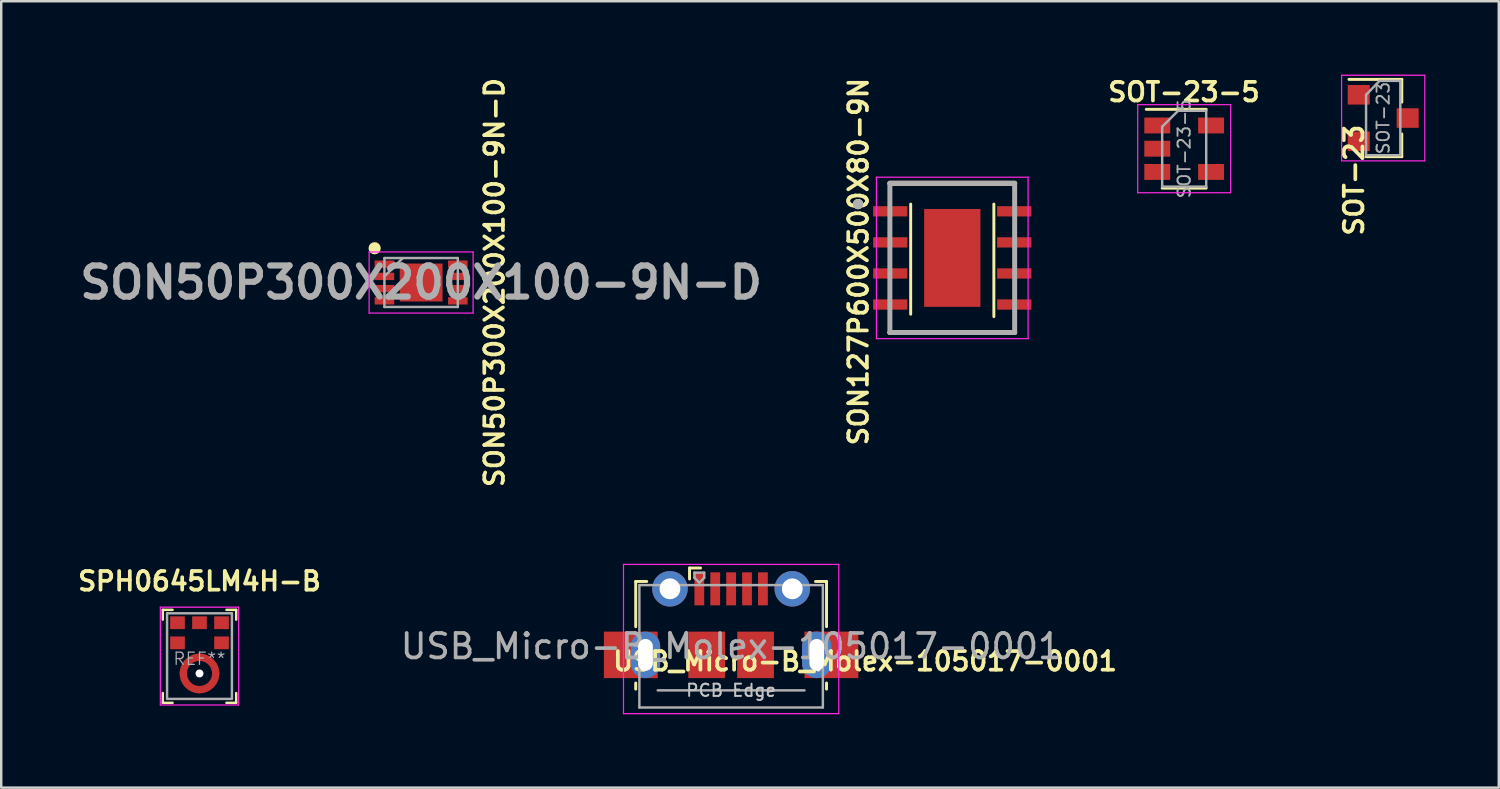
<source format=kicad_pcb>
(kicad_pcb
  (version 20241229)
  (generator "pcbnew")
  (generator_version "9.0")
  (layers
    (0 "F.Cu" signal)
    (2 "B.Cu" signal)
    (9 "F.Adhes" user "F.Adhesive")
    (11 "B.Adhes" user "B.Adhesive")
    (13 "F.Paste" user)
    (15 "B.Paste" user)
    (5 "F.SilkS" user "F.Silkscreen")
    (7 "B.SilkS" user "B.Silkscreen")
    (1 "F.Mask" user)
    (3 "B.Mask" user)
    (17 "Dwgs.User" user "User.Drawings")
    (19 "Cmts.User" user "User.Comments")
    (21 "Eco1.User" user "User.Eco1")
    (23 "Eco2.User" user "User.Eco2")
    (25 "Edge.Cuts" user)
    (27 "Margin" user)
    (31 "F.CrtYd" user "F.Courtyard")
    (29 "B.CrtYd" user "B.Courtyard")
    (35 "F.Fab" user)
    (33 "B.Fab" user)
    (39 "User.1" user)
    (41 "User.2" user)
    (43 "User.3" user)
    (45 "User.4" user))
  (footprint "SON127P600X500X80-9N"
    (layer "F.Cu")
    (at 35.876 7.493)
    (property "Reference" "SON127P600X500X80-9N" (at -3.835 0.152 270) (layer "F.SilkS") (effects (font (size 0.762 0.762) (thickness 0.152))))
    (attr through_hole)
    (fp_line (start -2.55 -3.05) (end 2.55 -3.05) (stroke (width 0.203) (type solid)) (layer "F.SilkS"))
    (fp_line (start -1.7 -2.2) (end -1.7 2.3) (stroke (width 0.12) (type solid)) (layer "F.SilkS"))
    (fp_line (start 1.7 -2.2) (end 1.7 2.4) (stroke (width 0.12) (type solid)) (layer "F.SilkS"))
    (fp_line (start 2.55 3.05) (end -2.55 3.05) (stroke (width 0.203) (type solid)) (layer "F.SilkS"))
    (fp_circle (center -3.85 -2.2) (end -3.738 -2.2) (stroke (width 0.2) (type solid)) (fill no) (layer "F.SilkS"))
    (fp_poly (pts (xy -0.87 -1.72) (xy -0.14 -1.72) (xy -0.14 -0.14) (xy -0.87 -0.14)) (stroke (width 0.01) (type solid)) (fill yes) (layer "F.Paste"))
    (fp_poly (pts (xy -0.87 0.14) (xy -0.14 0.14) (xy -0.14 1.72) (xy -0.87 1.72)) (stroke (width 0.01) (type solid)) (fill yes) (layer "F.Paste"))
    (fp_poly (pts (xy 0.14 -1.72) (xy 0.87 -1.72) (xy 0.87 -0.14) (xy 0.14 -0.14)) (stroke (width 0.01) (type solid)) (fill yes) (layer "F.Paste"))
    (fp_poly (pts (xy 0.14 0.14) (xy 0.87 0.14) (xy 0.87 1.72) (xy 0.14 1.72)) (stroke (width 0.01) (type solid)) (fill yes) (layer "F.Paste"))
    (fp_line (start -3.1 -3.3) (end 3.1 -3.3) (stroke (width 0.05) (type solid)) (layer "F.CrtYd"))
    (fp_line (start -3.1 3.3) (end -3.1 -3.3) (stroke (width 0.05) (type solid)) (layer "F.CrtYd"))
    (fp_line (start 3.1 -3.3) (end 3.1 3.3) (stroke (width 0.05) (type solid)) (layer "F.CrtYd"))
    (fp_line (start 3.1 3.3) (end -3.1 3.3) (stroke (width 0.05) (type solid)) (layer "F.CrtYd"))
    (fp_line (start -2.55 -3.05) (end 2.55 -3.05) (stroke (width 0.203) (type solid)) (layer "F.Fab"))
    (fp_line (start -2.55 3.05) (end -2.55 -3.05) (stroke (width 0.203) (type solid)) (layer "F.Fab"))
    (fp_line (start 2.55 -3.05) (end 2.55 3.05) (stroke (width 0.203) (type solid)) (layer "F.Fab"))
    (fp_line (start 2.55 3.05) (end -2.55 3.05) (stroke (width 0.203) (type solid)) (layer "F.Fab"))
    (fp_circle (center -3.85 -2.2) (end -3.738 -2.2) (stroke (width 0.2) (type solid)) (fill no) (layer "F.Fab"))
    (pad "1" smd rect (at -2.535 -1.905) (size 1.4 0.42) (layers "F.Cu" "F.Mask" "F.Paste"))
    (pad "2" smd rect (at -2.535 -0.635) (size 1.4 0.42) (layers "F.Cu" "F.Mask" "F.Paste"))
    (pad "3" smd rect (at -2.535 0.635) (size 1.4 0.42) (layers "F.Cu" "F.Mask" "F.Paste"))
    (pad "4" smd rect (at -2.535 1.905) (size 1.4 0.42) (layers "F.Cu" "F.Mask" "F.Paste"))
    (pad "5" smd rect (at 2.535 1.905) (size 1.4 0.42) (layers "F.Cu" "F.Mask" "F.Paste"))
    (pad "6" smd rect (at 2.535 0.635) (size 1.4 0.42) (layers "F.Cu" "F.Mask" "F.Paste"))
    (pad "7" smd rect (at 2.535 -0.635) (size 1.4 0.42) (layers "F.Cu" "F.Mask" "F.Paste"))
    (pad "8" smd rect (at 2.535 -1.905) (size 1.4 0.42) (layers "F.Cu" "F.Mask" "F.Paste"))
    (pad "9" smd rect (at 0 0) (size 2.3 4) (layers "F.Cu" "F.Mask")))
  (footprint "SON50P300X200X100-9N-D"
    (layer "F.Cu")
    (at 14.164 8.498)
    (property "Reference" "SON50P300X200X100-9N-D" (at 3 0 270) (layer "F.SilkS") (effects (font (size 0.762 0.762) (thickness 0.152))))
    (attr smd)
    (fp_circle (center -1.9 -1.4) (end -1.9 -1.275) (stroke (width 0.25) (type solid)) (fill no) (layer "F.SilkS"))
    (fp_line (start -2.125 -1.25) (end 2.125 -1.25) (stroke (width 0.05) (type solid)) (layer "F.CrtYd"))
    (fp_line (start -2.125 1.25) (end -2.125 -1.25) (stroke (width 0.05) (type solid)) (layer "F.CrtYd"))
    (fp_line (start 2.125 -1.25) (end 2.125 1.25) (stroke (width 0.05) (type solid)) (layer "F.CrtYd"))
    (fp_line (start 2.125 1.25) (end -2.125 1.25) (stroke (width 0.05) (type solid)) (layer "F.CrtYd"))
    (fp_line (start -1.5 -1) (end 1.5 -1) (stroke (width 0.1) (type solid)) (layer "F.Fab"))
    (fp_line (start -1.5 -0.25) (end -0.75 -1) (stroke (width 0.1) (type solid)) (layer "F.Fab"))
    (fp_line (start -1.5 1) (end -1.5 -1) (stroke (width 0.1) (type solid)) (layer "F.Fab"))
    (fp_line (start 1.5 -1) (end 1.5 1) (stroke (width 0.1) (type solid)) (layer "F.Fab"))
    (fp_line (start 1.5 1) (end -1.5 1) (stroke (width 0.1) (type solid)) (layer "F.Fab"))
    (fp_text user "${REFERENCE}" (at 0 0 0) (layer "F.Fab") (effects (font (size 1.27 1.27) (thickness 0.254))))
    (pad "1" smd rect (at -1.5 -0.75 90) (size 0.3 0.8) (layers "F.Cu" "F.Mask" "F.Paste"))
    (pad "2" smd rect (at -1.5 -0.25 90) (size 0.3 0.8) (layers "F.Cu" "F.Mask" "F.Paste"))
    (pad "3" smd rect (at -1.5 0.25 90) (size 0.3 0.8) (layers "F.Cu" "F.Mask" "F.Paste"))
    (pad "4" smd rect (at -1.5 0.75 90) (size 0.3 0.8) (layers "F.Cu" "F.Mask" "F.Paste"))
    (pad "5" smd rect (at 1.5 0.75 90) (size 0.3 0.8) (layers "F.Cu" "F.Mask" "F.Paste"))
    (pad "6" smd rect (at 1.5 0.25 90) (size 0.3 0.8) (layers "F.Cu" "F.Mask" "F.Paste"))
    (pad "7" smd rect (at 1.5 -0.25 90) (size 0.3 0.8) (layers "F.Cu" "F.Mask" "F.Paste"))
    (pad "8" smd rect (at 1.5 -0.75 90) (size 0.3 0.8) (layers "F.Cu" "F.Mask" "F.Paste"))
    (pad "9" smd rect (at 0 0 90) (size 1.55 1.75) (layers "F.Cu" "F.Mask" "F.Paste")))
  (footprint "SOT-23"
    (layer "F.Cu")
    (at 53.491 1.775)
    (property "Reference" "SOT-23" (at -1.194 2.54 270) (layer "F.SilkS") (effects (font (size 0.762 0.762) (thickness 0.152))))
    (attr smd)
    (fp_line (start 0.76 -1.58) (end -1.4 -1.58) (stroke (width 0.12) (type solid)) (layer "F.SilkS"))
    (fp_line (start 0.76 -1.58) (end 0.76 -0.65) (stroke (width 0.12) (type solid)) (layer "F.SilkS"))
    (fp_line (start 0.76 1.58) (end -0.7 1.58) (stroke (width 0.12) (type solid)) (layer "F.SilkS"))
    (fp_line (start 0.76 1.58) (end 0.76 0.65) (stroke (width 0.12) (type solid)) (layer "F.SilkS"))
    (fp_line (start -1.7 -1.75) (end 1.7 -1.75) (stroke (width 0.05) (type solid)) (layer "F.CrtYd"))
    (fp_line (start -1.7 1.75) (end -1.7 -1.75) (stroke (width 0.05) (type solid)) (layer "F.CrtYd"))
    (fp_line (start 1.7 -1.75) (end 1.7 1.75) (stroke (width 0.05) (type solid)) (layer "F.CrtYd"))
    (fp_line (start 1.7 1.75) (end -1.7 1.75) (stroke (width 0.05) (type solid)) (layer "F.CrtYd"))
    (fp_line (start -0.7 -0.95) (end -0.7 1.5) (stroke (width 0.1) (type solid)) (layer "F.Fab"))
    (fp_line (start -0.7 -0.95) (end -0.15 -1.52) (stroke (width 0.1) (type solid)) (layer "F.Fab"))
    (fp_line (start -0.7 1.52) (end 0.7 1.52) (stroke (width 0.1) (type solid)) (layer "F.Fab"))
    (fp_line (start -0.15 -1.52) (end 0.7 -1.52) (stroke (width 0.1) (type solid)) (layer "F.Fab"))
    (fp_line (start 0.7 -1.52) (end 0.7 1.52) (stroke (width 0.1) (type solid)) (layer "F.Fab"))
    (fp_text user "${REFERENCE}" (at 0 0 90) (layer "F.Fab") (effects (font (size 0.5 0.5) (thickness 0.075))))
    (pad "1" smd rect (at -1 -0.95) (size 0.9 0.8) (layers "F.Cu" "F.Mask" "F.Paste"))
    (pad "2" smd rect (at -1 0.95) (size 0.9 0.8) (layers "F.Cu" "F.Mask" "F.Paste"))
    (pad "3" smd rect (at 1 0) (size 0.9 0.8) (layers "F.Cu" "F.Mask" "F.Paste")))
  (footprint "USB_Micro-B_Molex-105017-0001"
    (layer "F.Cu")
    (at 26.836 22.481)
    (property "Reference" "USB_Micro-B_Molex-105017-0001" (at 5.475 1.5 0) (layer "F.SilkS") (effects (font (size 0.762 0.762) (thickness 0.152))))
    (attr smd)
    (fp_line (start -3.9 -1.762) (end -3.45 -1.762) (stroke (width 0.12) (type solid)) (layer "F.SilkS"))
    (fp_line (start -3.9 0.087) (end -3.9 -1.762) (stroke (width 0.12) (type solid)) (layer "F.SilkS"))
    (fp_line (start -3.9 2.638) (end -3.9 2.388) (stroke (width 0.12) (type solid)) (layer "F.SilkS"))
    (fp_line (start -1.7 -2.312) (end -1.7 -1.863) (stroke (width 0.12) (type solid)) (layer "F.SilkS"))
    (fp_line (start -1.7 -2.312) (end -1.25 -2.312) (stroke (width 0.12) (type solid)) (layer "F.SilkS"))
    (fp_line (start 3.9 -1.762) (end 3.45 -1.762) (stroke (width 0.12) (type solid)) (layer "F.SilkS"))
    (fp_line (start 3.9 0.087) (end 3.9 -1.762) (stroke (width 0.12) (type solid)) (layer "F.SilkS"))
    (fp_line (start 3.9 2.638) (end 3.9 2.388) (stroke (width 0.12) (type solid)) (layer "F.SilkS"))
    (fp_line (start -4.4 -2.46) (end 4.4 -2.46) (stroke (width 0.05) (type solid)) (layer "F.CrtYd"))
    (fp_line (start -4.4 3.64) (end -4.4 -2.46) (stroke (width 0.05) (type solid)) (layer "F.CrtYd"))
    (fp_line (start -4.4 3.64) (end 4.4 3.64) (stroke (width 0.05) (type solid)) (layer "F.CrtYd"))
    (fp_line (start 4.4 -2.46) (end 4.4 3.64) (stroke (width 0.05) (type solid)) (layer "F.CrtYd"))
    (fp_line (start -3.75 -1.613) (end 3.75 -1.613) (stroke (width 0.1) (type solid)) (layer "F.Fab"))
    (fp_line (start -3.75 3.388) (end -3.75 -1.613) (stroke (width 0.1) (type solid)) (layer "F.Fab"))
    (fp_line (start -3.75 3.389) (end 3.75 3.389) (stroke (width 0.1) (type solid)) (layer "F.Fab"))
    (fp_line (start -3 2.689) (end 3 2.689) (stroke (width 0.1) (type solid)) (layer "F.Fab"))
    (fp_line (start -1.5 -2.123) (end -1.5 -1.913) (stroke (width 0.1) (type solid)) (layer "F.Fab"))
    (fp_line (start -1.5 -2.123) (end -1.1 -2.123) (stroke (width 0.1) (type solid)) (layer "F.Fab"))
    (fp_line (start -1.3 -1.712) (end -1.5 -1.913) (stroke (width 0.1) (type solid)) (layer "F.Fab"))
    (fp_line (start -1.1 -2.123) (end -1.1 -1.913) (stroke (width 0.1) (type solid)) (layer "F.Fab"))
    (fp_line (start -1.1 -1.913) (end -1.3 -1.712) (stroke (width 0.1) (type solid)) (layer "F.Fab"))
    (fp_line (start 3.75 3.388) (end 3.75 -1.613) (stroke (width 0.1) (type solid)) (layer "F.Fab"))
    (fp_text user "PCB Edge" (at 0 2.688 0) (layer "Dwgs.User") (effects (font (size 0.5 0.5) (thickness 0.08))))
    (fp_text user "${REFERENCE}" (at 0 0.887 0) (layer "F.Fab") (effects (font (size 1 1) (thickness 0.15))))
    (pad "1" smd rect (at -1.3 -1.462) (size 0.4 1.35) (layers "F.Cu" "F.Mask" "F.Paste"))
    (pad "2" smd rect (at -0.65 -1.462) (size 0.4 1.35) (layers "F.Cu" "F.Mask" "F.Paste"))
    (pad "3" smd rect (at 0 -1.462) (size 0.4 1.35) (layers "F.Cu" "F.Mask" "F.Paste"))
    (pad "4" smd rect (at 0.65 -1.462) (size 0.4 1.35) (layers "F.Cu" "F.Mask" "F.Paste"))
    (pad "5" smd rect (at 1.3 -1.462) (size 0.4 1.35) (layers "F.Cu" "F.Mask" "F.Paste"))
    (pad "6" smd rect (at -4.1 1.238) (size 2.2 1.9) (layers "F.Cu" "F.Mask" "F.Paste"))
    (pad "6" thru_hole oval (at -3.5 1.238 180) (size 1.2 1.9) (drill oval 0.6 1.3) (layers "*.Cu" "*.Paste" "*.Mask"))
    (pad "6" thru_hole circle (at -2.5 -1.462) (size 1.45 1.45) (drill 0.85) (layers "*.Cu" "*.Paste" "*.Mask"))
    (pad "6" smd rect (at -1 1.238) (size 1.5 1.9) (layers "F.Cu" "F.Mask" "F.Paste"))
    (pad "6" smd rect (at 1 1.238) (size 1.5 1.9) (layers "F.Cu" "F.Mask" "F.Paste"))
    (pad "6" thru_hole circle (at 2.5 -1.462) (size 1.45 1.45) (drill 0.85) (layers "*.Cu" "*.Paste" "*.Mask"))
    (pad "6" thru_hole oval (at 3.5 1.238) (size 1.2 1.9) (drill oval 0.6 1.3) (layers "*.Cu" "*.Paste" "*.Mask"))
    (pad "6" smd rect (at 4.1 1.238) (size 2.2 1.9) (layers "F.Cu" "F.Mask" "F.Paste")))
  (footprint "SOT-23-5"
    (layer "F.Cu")
    (at 45.356 3.029)
    (property "Reference" "SOT-23-5" (at -0.009 -2.316 180) (layer "F.SilkS") (effects (font (size 0.762 0.762) (thickness 0.152))))
    (attr smd)
    (fp_line (start -0.9 1.61) (end 0.9 1.61) (stroke (width 0.12) (type solid)) (layer "F.SilkS"))
    (fp_line (start 0.9 -1.61) (end -1.55 -1.61) (stroke (width 0.12) (type solid)) (layer "F.SilkS"))
    (fp_line (start -1.9 -1.8) (end 1.9 -1.8) (stroke (width 0.05) (type solid)) (layer "F.CrtYd"))
    (fp_line (start -1.9 1.8) (end -1.9 -1.8) (stroke (width 0.05) (type solid)) (layer "F.CrtYd"))
    (fp_line (start 1.9 -1.8) (end 1.9 1.8) (stroke (width 0.05) (type solid)) (layer "F.CrtYd"))
    (fp_line (start 1.9 1.8) (end -1.9 1.8) (stroke (width 0.05) (type solid)) (layer "F.CrtYd"))
    (fp_line (start -0.9 -0.9) (end -0.9 1.55) (stroke (width 0.1) (type solid)) (layer "F.Fab"))
    (fp_line (start -0.9 -0.9) (end -0.25 -1.55) (stroke (width 0.1) (type solid)) (layer "F.Fab"))
    (fp_line (start 0.9 -1.55) (end -0.25 -1.55) (stroke (width 0.1) (type solid)) (layer "F.Fab"))
    (fp_line (start 0.9 -1.55) (end 0.9 1.55) (stroke (width 0.1) (type solid)) (layer "F.Fab"))
    (fp_line (start 0.9 1.55) (end -0.9 1.55) (stroke (width 0.1) (type solid)) (layer "F.Fab"))
    (fp_text user "${REFERENCE}" (at 0 0 90) (layer "F.Fab") (effects (font (size 0.5 0.5) (thickness 0.075))))
    (pad "1" smd rect (at -1.1 -0.95) (size 1.06 0.65) (layers "F.Cu" "F.Mask" "F.Paste"))
    (pad "2" smd rect (at -1.1 0) (size 1.06 0.65) (layers "F.Cu" "F.Mask" "F.Paste"))
    (pad "3" smd rect (at -1.1 0.95) (size 1.06 0.65) (layers "F.Cu" "F.Mask" "F.Paste"))
    (pad "4" smd rect (at 1.1 0.95) (size 1.06 0.65) (layers "F.Cu" "F.Mask" "F.Paste"))
    (pad "5" smd rect (at 1.1 -0.95) (size 1.06 0.65) (layers "F.Cu" "F.Mask" "F.Paste")))
  (footprint "SPH0645LM4H-B"
    (layer "F.Cu")
    (at 5.105 24.479)
    (property "Reference" "SPH0645LM4H-B" (at 0 -3.77 0) (layer "F.SilkS") (effects (font (size 0.762 0.762) (thickness 0.152))))
    (attr smd)
    (fp_circle (center 0 0) (end 0.662 0) (stroke (width 0.3) (type solid)) (fill no) (layer "F.Cu"))
    (fp_line (start -1.5 -2.6) (end -1.5 -2.2) (stroke (width 0.1) (type solid)) (layer "F.SilkS"))
    (fp_line (start -1.5 0.8) (end -1.5 1.2) (stroke (width 0.1) (type solid)) (layer "F.SilkS"))
    (fp_line (start -1.5 1.2) (end -1.1 1.2) (stroke (width 0.1) (type solid)) (layer "F.SilkS"))
    (fp_line (start -1.1 -2.6) (end -1.5 -2.6) (stroke (width 0.1) (type solid)) (layer "F.SilkS"))
    (fp_line (start 1.1 -2.6) (end 1.5 -2.6) (stroke (width 0.1) (type solid)) (layer "F.SilkS"))
    (fp_line (start 1.5 -2.6) (end 1.5 -2.2) (stroke (width 0.1) (type solid)) (layer "F.SilkS"))
    (fp_line (start 1.5 0.8) (end 1.5 1.2) (stroke (width 0.1) (type solid)) (layer "F.SilkS"))
    (fp_line (start 1.5 1.2) (end 1.1 1.2) (stroke (width 0.1) (type solid)) (layer "F.SilkS"))
    (fp_line (start -1.6 -2.71) (end -1.6 1.29) (stroke (width 0.05) (type solid)) (layer "F.CrtYd"))
    (fp_line (start -1.6 -2.71) (end 1.6 -2.71) (stroke (width 0.05) (type solid)) (layer "F.CrtYd"))
    (fp_line (start -1.6 1.29) (end 1.6 1.29) (stroke (width 0.05) (type solid)) (layer "F.CrtYd"))
    (fp_line (start 1.6 -2.71) (end 1.6 1.29) (stroke (width 0.05) (type solid)) (layer "F.CrtYd"))
    (fp_line (start -1.325 -2.46) (end -1.325 1.04) (stroke (width 0.1) (type solid)) (layer "F.Fab"))
    (fp_line (start -1.32 -2.46) (end 1.32 -2.46) (stroke (width 0.1) (type solid)) (layer "F.Fab"))
    (fp_line (start -1.32 1.04) (end 1.32 1.04) (stroke (width 0.1) (type solid)) (layer "F.Fab"))
    (fp_line (start 1.325 -2.46) (end 1.325 1.04) (stroke (width 0.1) (type solid)) (layer "F.Fab"))
    (fp_text user "REF**" (at 0 -0.6 0) (layer "F.Fab") (effects (font (size 0.5 0.5) (thickness 0.05))))
    (pad "" np_thru_hole circle (at 0 0) (size 0.325 0.325) (drill 0.325) (layers "*.Cu" "*.Mask"))
    (pad "1" smd rect (at -0.9 -2.074) (size 0.6 0.522) (layers "F.Cu" "F.Mask" "F.Paste"))
    (pad "2" smd rect (at -0.9 -1.252) (size 0.6 0.522) (layers "F.Cu" "F.Mask" "F.Paste"))
    (pad "3" smd circle (at -0.662 0) (size 0.3 0.3) (layers "F.Cu" "F.Mask" "F.Paste"))
    (pad "3" smd circle (at 0 -0.662) (size 0.3 0.3) (layers "F.Cu" "F.Mask" "F.Paste"))
    (pad "3" smd circle (at 0 0.662) (size 0.3 0.3) (layers "F.Cu" "F.Mask" "F.Paste"))
    (pad "3" smd circle (at 0.662 0) (size 0.3 0.3) (layers "F.Cu" "F.Mask" "F.Paste"))
    (pad "4" smd rect (at 0.9 -1.252) (size 0.6 0.522) (layers "F.Cu" "F.Mask" "F.Paste"))
    (pad "5" smd rect (at 0.9 -2.074) (size 0.6 0.522) (layers "F.Cu" "F.Mask" "F.Paste"))
    (pad "6" smd rect (at 0 -2.074) (size 0.6 0.522) (layers "F.Cu" "F.Mask" "F.Paste")))
  (gr_rect
    (start -3 -3)
    (end 58.216 29.146)
    (stroke (width 0.1) (type default))
    (fill no)
    (layer "Edge.Cuts")))
</source>
